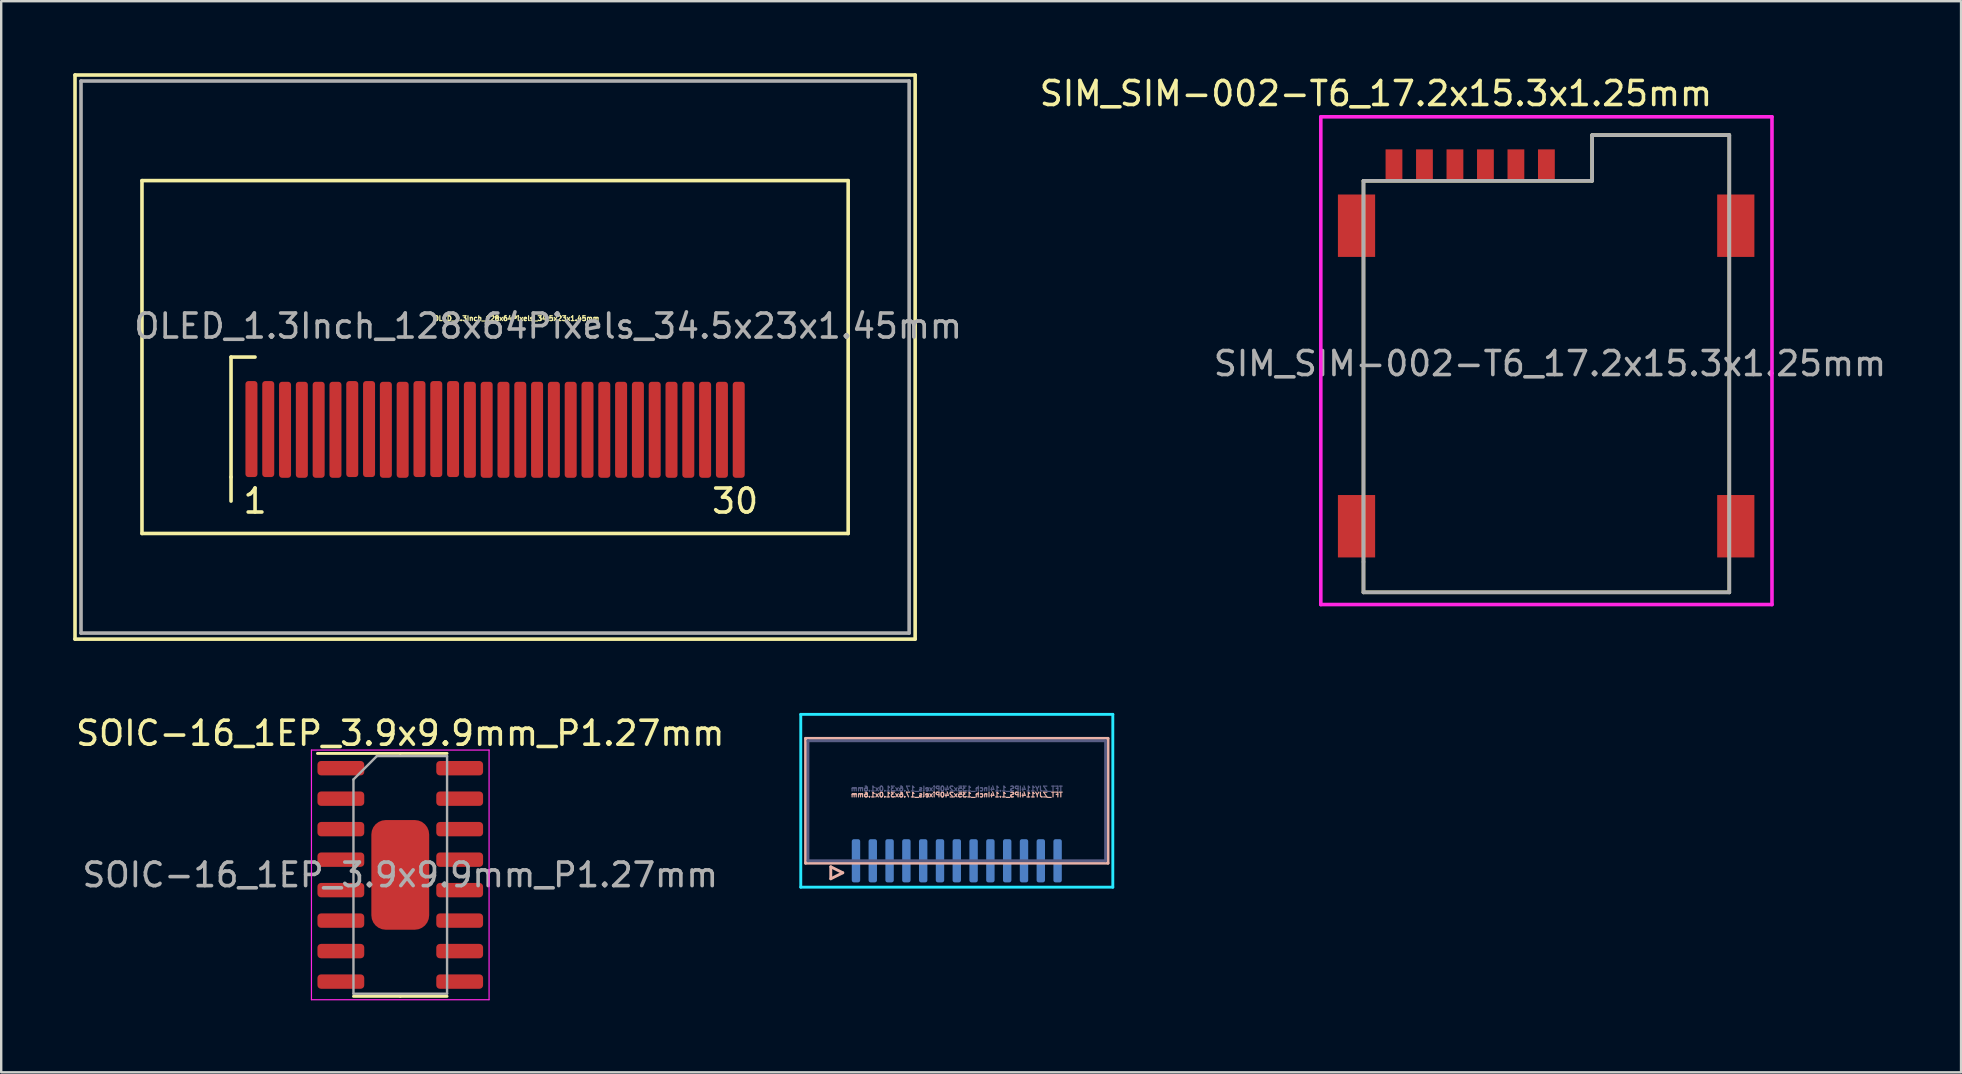
<source format=kicad_pcb>
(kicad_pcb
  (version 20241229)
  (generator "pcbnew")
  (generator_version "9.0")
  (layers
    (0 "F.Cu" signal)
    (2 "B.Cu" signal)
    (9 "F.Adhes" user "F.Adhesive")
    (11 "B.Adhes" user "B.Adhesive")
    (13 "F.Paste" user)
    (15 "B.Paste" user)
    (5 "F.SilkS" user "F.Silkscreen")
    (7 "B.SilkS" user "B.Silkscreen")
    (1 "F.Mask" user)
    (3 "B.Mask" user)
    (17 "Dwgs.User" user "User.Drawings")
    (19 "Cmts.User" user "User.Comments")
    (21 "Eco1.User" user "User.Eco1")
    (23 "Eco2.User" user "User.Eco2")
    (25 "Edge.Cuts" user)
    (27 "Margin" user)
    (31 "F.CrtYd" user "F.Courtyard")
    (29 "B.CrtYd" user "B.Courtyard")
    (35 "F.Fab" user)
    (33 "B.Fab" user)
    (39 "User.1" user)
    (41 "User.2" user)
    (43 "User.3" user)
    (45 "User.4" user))
  (footprint "OLED_1.3Inch_128x64Pixels_34.5x23x1.45mm"
    (layer "F.Cu")
    (at 17.575 11.825)
    (property "Reference" "OLED_1.3Inch_128x64Pixels_34.5x23x1.45mm" (at 0.89 -1.61 0) (layer "F.SilkS") (effects (font (size 0.2 0.2) (thickness 0.05))))
    (attr smd)
    (fp_line (start -17.5 -11.75) (end -17.5 11.75) (stroke (width 0.15) (type solid)) (layer "F.SilkS"))
    (fp_line (start -17.5 -11.75) (end 17.5 -11.75) (stroke (width 0.15) (type solid)) (layer "F.SilkS"))
    (fp_line (start -17.5 11.75) (end 17.5 11.75) (stroke (width 0.15) (type solid)) (layer "F.SilkS"))
    (fp_line (start -14.71 -7.35) (end -14.71 7.35) (stroke (width 0.15) (type solid)) (layer "F.SilkS"))
    (fp_line (start -14.71 -7.35) (end 14.71 -7.35) (stroke (width 0.15) (type solid)) (layer "F.SilkS"))
    (fp_line (start -14.71 7.35) (end 14.71 7.35) (stroke (width 0.15) (type solid)) (layer "F.SilkS"))
    (fp_line (start -11 0) (end -10 0) (stroke (width 0.15) (type solid)) (layer "F.SilkS"))
    (fp_line (start -11 5) (end -11 0) (stroke (width 0.15) (type solid)) (layer "F.SilkS"))
    (fp_line (start -11 5) (end -11 6) (stroke (width 0.15) (type solid)) (layer "F.SilkS"))
    (fp_line (start 14.71 -7.35) (end 14.71 7.35) (stroke (width 0.15) (type solid)) (layer "F.SilkS"))
    (fp_line (start 17.5 -11.75) (end 17.5 11.75) (stroke (width 0.15) (type solid)) (layer "F.SilkS"))
    (fp_line (start -17.25 -11.5) (end -17.25 11.5) (stroke (width 0.15) (type solid)) (layer "F.Fab"))
    (fp_line (start -17.25 -11.5) (end 17.25 -11.5) (stroke (width 0.15) (type solid)) (layer "F.Fab"))
    (fp_line (start -17.25 11.5) (end 17.25 11.5) (stroke (width 0.15) (type solid)) (layer "F.Fab"))
    (fp_line (start 17.25 -11.5) (end 17.25 11.5) (stroke (width 0.15) (type solid)) (layer "F.Fab"))
    (fp_text user "30" (at 10 6 0) (layer "F.SilkS") (effects (font (size 1 1) (thickness 0.15))))
    (fp_text user "1" (at -10 6 0) (layer "F.SilkS") (effects (font (size 1 1) (thickness 0.15))))
    (fp_text user "${REFERENCE}" (at 2.21 -1.29 0) (layer "F.Fab") (effects (font (size 1 1) (thickness 0.15))))
    (pad "1" smd roundrect (at -10.15 3) (size 0.5 4) (layers "F.Cu" "F.Mask" "F.Paste") (roundrect_rratio 0.25))
    (pad "2" smd roundrect (at -9.45 3) (size 0.5 4) (layers "F.Cu" "F.Mask" "F.Paste") (roundrect_rratio 0.25))
    (pad "3" smd roundrect (at -8.75 3.03) (size 0.5 4) (layers "F.Cu" "F.Mask" "F.Paste") (roundrect_rratio 0.25))
    (pad "4" smd roundrect (at -8.05 3.03) (size 0.5 4) (layers "F.Cu" "F.Mask" "F.Paste") (roundrect_rratio 0.25))
    (pad "5" smd roundrect (at -7.35 3.03) (size 0.5 4) (layers "F.Cu" "F.Mask" "F.Paste") (roundrect_rratio 0.25))
    (pad "6" smd roundrect (at -6.65 3.03) (size 0.5 4) (layers "F.Cu" "F.Mask" "F.Paste") (roundrect_rratio 0.25))
    (pad "7" smd roundrect (at -5.95 3) (size 0.5 4) (layers "F.Cu" "F.Mask" "F.Paste") (roundrect_rratio 0.25))
    (pad "8" smd roundrect (at -5.25 3) (size 0.5 4) (layers "F.Cu" "F.Mask" "F.Paste") (roundrect_rratio 0.25))
    (pad "9" smd roundrect (at -4.55 3.03) (size 0.5 4) (layers "F.Cu" "F.Mask" "F.Paste") (roundrect_rratio 0.25))
    (pad "10" smd roundrect (at -3.85 3.03) (size 0.5 4) (layers "F.Cu" "F.Mask" "F.Paste") (roundrect_rratio 0.25))
    (pad "11" smd roundrect (at -3.15 3) (size 0.5 4) (layers "F.Cu" "F.Mask" "F.Paste") (roundrect_rratio 0.25))
    (pad "12" smd roundrect (at -2.45 3) (size 0.5 4) (layers "F.Cu" "F.Mask" "F.Paste") (roundrect_rratio 0.25))
    (pad "13" smd roundrect (at -1.75 3) (size 0.5 4) (layers "F.Cu" "F.Mask" "F.Paste") (roundrect_rratio 0.25))
    (pad "14" smd roundrect (at -1.05 3.03) (size 0.5 4) (layers "F.Cu" "F.Mask" "F.Paste") (roundrect_rratio 0.25))
    (pad "15" smd roundrect (at -0.35 3.03) (size 0.5 4) (layers "F.Cu" "F.Mask" "F.Paste") (roundrect_rratio 0.25))
    (pad "16" smd roundrect (at 0.35 3.03) (size 0.5 4) (layers "F.Cu" "F.Mask" "F.Paste") (roundrect_rratio 0.25))
    (pad "17" smd roundrect (at 1.05 3.03) (size 0.5 4) (layers "F.Cu" "F.Mask" "F.Paste") (roundrect_rratio 0.25))
    (pad "18" smd roundrect (at 1.75 3.03) (size 0.5 4) (layers "F.Cu" "F.Mask" "F.Paste") (roundrect_rratio 0.25))
    (pad "19" smd roundrect (at 2.45 3.03) (size 0.5 4) (layers "F.Cu" "F.Mask" "F.Paste") (roundrect_rratio 0.25))
    (pad "20" smd roundrect (at 3.15 3.03) (size 0.5 4) (layers "F.Cu" "F.Mask" "F.Paste") (roundrect_rratio 0.25))
    (pad "21" smd roundrect (at 3.85 3.03) (size 0.5 4) (layers "F.Cu" "F.Mask" "F.Paste") (roundrect_rratio 0.25))
    (pad "22" smd roundrect (at 4.55 3.03) (size 0.5 4) (layers "F.Cu" "F.Mask" "F.Paste") (roundrect_rratio 0.25))
    (pad "23" smd roundrect (at 5.25 3.03) (size 0.5 4) (layers "F.Cu" "F.Mask" "F.Paste") (roundrect_rratio 0.25))
    (pad "24" smd roundrect (at 5.95 3.03) (size 0.5 4) (layers "F.Cu" "F.Mask" "F.Paste") (roundrect_rratio 0.25))
    (pad "25" smd roundrect (at 6.65 3.03) (size 0.5 4) (layers "F.Cu" "F.Mask" "F.Paste") (roundrect_rratio 0.25))
    (pad "26" smd roundrect (at 7.35 3.03) (size 0.5 4) (layers "F.Cu" "F.Mask" "F.Paste") (roundrect_rratio 0.25))
    (pad "27" smd roundrect (at 8.05 3.03) (size 0.5 4) (layers "F.Cu" "F.Mask" "F.Paste") (roundrect_rratio 0.25))
    (pad "28" smd roundrect (at 8.75 3.03) (size 0.5 4) (layers "F.Cu" "F.Mask" "F.Paste") (roundrect_rratio 0.25))
    (pad "29" smd roundrect (at 9.45 3.03) (size 0.5 4) (layers "F.Cu" "F.Mask" "F.Paste") (roundrect_rratio 0.25))
    (pad "30" smd roundrect (at 10.15 3.03) (size 0.5 4) (layers "F.Cu" "F.Mask" "F.Paste") (roundrect_rratio 0.25)))
  (footprint "TFT_ZJY114IPS_1.14Inch_135x240Pixels_17.6x31.0x1.6mm"
    (layer "F.Cu")
    (at 36.81 30.31)
    (property "Reference" "TFT_ZJY114IPS_1.14Inch_135x240Pixels_17.6x31.0x1.6mm" (at 0 -0.25 180) (layer "B.SilkS") (effects (font (size 0.2 0.2) (thickness 0.05)) (justify mirror)))
    (attr smd)
    (fp_line (start -6.3 -2.6) (end -6.3 2.6) (stroke (width 0.12) (type solid)) (layer "B.SilkS"))
    (fp_line (start -6.3 2.6) (end 6.3 2.6) (stroke (width 0.12) (type solid)) (layer "B.SilkS"))
    (fp_line (start -5.25 2.75) (end -5.25 3.25) (stroke (width 0.12) (type solid)) (layer "B.SilkS"))
    (fp_line (start -5.25 3.25) (end -4.75 3) (stroke (width 0.12) (type solid)) (layer "B.SilkS"))
    (fp_line (start -4.75 3) (end -5.25 2.75) (stroke (width 0.12) (type solid)) (layer "B.SilkS"))
    (fp_line (start 6.3 -2.6) (end -6.3 -2.6) (stroke (width 0.12) (type solid)) (layer "B.SilkS"))
    (fp_line (start 6.3 2.6) (end 6.3 -2.6) (stroke (width 0.12) (type solid)) (layer "B.SilkS"))
    (fp_line (start -6.5 3.6) (end -6.5 -3.6) (stroke (width 0.12) (type solid)) (layer "B.CrtYd"))
    (fp_line (start 6.5 -3.6) (end -6.5 -3.6) (stroke (width 0.12) (type solid)) (layer "B.CrtYd"))
    (fp_line (start 6.5 3.6) (end -6.5 3.6) (stroke (width 0.12) (type solid)) (layer "B.CrtYd"))
    (fp_line (start 6.5 3.6) (end 6.5 -3.6) (stroke (width 0.12) (type solid)) (layer "B.CrtYd"))
    (fp_line (start -6.2 -2.5) (end 6.2 -2.5) (stroke (width 0.12) (type solid)) (layer "B.Fab"))
    (fp_line (start -6.2 2.5) (end -6.2 -2.5) (stroke (width 0.12) (type solid)) (layer "B.Fab"))
    (fp_line (start 6.2 -2.5) (end 6.2 2.5) (stroke (width 0.12) (type solid)) (layer "B.Fab"))
    (fp_line (start 6.2 2.5) (end -6.2 2.5) (stroke (width 0.12) (type solid)) (layer "B.Fab"))
    (fp_text user "${REFERENCE}" (at 0 -0.5 180) (layer "B.Fab") (effects (font (size 0.2 0.2) (thickness 0.05)) (justify mirror)))
    (pad "1" smd roundrect (at -4.2 2.5 90) (size 1.8 0.35) (layers "B.Cu" "B.Mask" "B.Paste") (roundrect_rratio 0.25))
    (pad "2" smd roundrect (at -3.5 2.5 90) (size 1.8 0.35) (layers "B.Cu" "B.Mask" "B.Paste") (roundrect_rratio 0.25))
    (pad "3" smd roundrect (at -2.8 2.5 90) (size 1.8 0.35) (layers "B.Cu" "B.Mask" "B.Paste") (roundrect_rratio 0.25))
    (pad "4" smd roundrect (at -2.1 2.5 90) (size 1.8 0.35) (layers "B.Cu" "B.Mask" "B.Paste") (roundrect_rratio 0.25))
    (pad "5" smd roundrect (at -1.4 2.5 90) (size 1.8 0.35) (layers "B.Cu" "B.Mask" "B.Paste") (roundrect_rratio 0.25))
    (pad "6" smd roundrect (at -0.7 2.5 90) (size 1.8 0.35) (layers "B.Cu" "B.Mask" "B.Paste") (roundrect_rratio 0.25))
    (pad "7" smd roundrect (at 0 2.5 90) (size 1.8 0.35) (layers "B.Cu" "B.Mask" "B.Paste") (roundrect_rratio 0.25))
    (pad "8" smd roundrect (at 0.7 2.5 90) (size 1.8 0.35) (layers "B.Cu" "B.Mask" "B.Paste") (roundrect_rratio 0.25))
    (pad "9" smd roundrect (at 1.4 2.5 90) (size 1.8 0.35) (layers "B.Cu" "B.Mask" "B.Paste") (roundrect_rratio 0.25))
    (pad "10" smd roundrect (at 2.1 2.5 90) (size 1.8 0.35) (layers "B.Cu" "B.Mask" "B.Paste") (roundrect_rratio 0.25))
    (pad "11" smd roundrect (at 2.8 2.5 90) (size 1.8 0.35) (layers "B.Cu" "B.Mask" "B.Paste") (roundrect_rratio 0.25))
    (pad "12" smd roundrect (at 3.5 2.5 90) (size 1.8 0.35) (layers "B.Cu" "B.Mask" "B.Paste") (roundrect_rratio 0.25))
    (pad "13" smd roundrect (at 4.2 2.5 90) (size 1.8 0.35) (layers "B.Cu" "B.Mask" "B.Paste") (roundrect_rratio 0.25)))
  (footprint "SIM_SIM-002-T6_17.2x15.3x1.25mm"
    (layer "F.Cu")
    (at 61.273 12.098)
    (property "Reference" "SIM_SIM-002-T6_17.2x15.3x1.25mm" (at -7 -11.25 0) (layer "F.SilkS") (effects (font (size 1 1) (thickness 0.15))))
    (attr smd)
    (fp_line (start -7.52 -7.615) (end 2.005 -7.615) (stroke (width 0.15) (type solid)) (layer "F.SilkS"))
    (fp_line (start -7.52 9.53) (end -7.52 -7.615) (stroke (width 0.15) (type solid)) (layer "F.SilkS"))
    (fp_line (start 2.005 -9.52) (end 7.72 -9.52) (stroke (width 0.15) (type solid)) (layer "F.SilkS"))
    (fp_line (start 2.005 -7.615) (end 2.005 -9.52) (stroke (width 0.15) (type solid)) (layer "F.SilkS"))
    (fp_line (start 7.72 -9.52) (end 7.72 9.53) (stroke (width 0.15) (type solid)) (layer "F.SilkS"))
    (fp_line (start 7.72 9.53) (end -7.52 9.53) (stroke (width 0.15) (type solid)) (layer "F.SilkS"))
    (fp_line (start -9.298 -10.282) (end -9.298 10.038) (stroke (width 0.15) (type solid)) (layer "F.CrtYd"))
    (fp_line (start -9.298 10.038) (end 9.498 10.038) (stroke (width 0.15) (type solid)) (layer "F.CrtYd"))
    (fp_line (start 9.498 -10.282) (end -9.298 -10.282) (stroke (width 0.15) (type solid)) (layer "F.CrtYd"))
    (fp_line (start 9.498 10.038) (end 9.498 -10.282) (stroke (width 0.15) (type solid)) (layer "F.CrtYd"))
    (fp_line (start -7.52 -7.615) (end 2.005 -7.615) (stroke (width 0.15) (type solid)) (layer "F.Fab"))
    (fp_line (start -7.52 8.26) (end -7.52 -7.615) (stroke (width 0.15) (type solid)) (layer "F.Fab"))
    (fp_line (start -7.52 9.53) (end -7.52 8.26) (stroke (width 0.15) (type solid)) (layer "F.Fab"))
    (fp_line (start 2.005 -9.52) (end 7.72 -9.52) (stroke (width 0.15) (type solid)) (layer "F.Fab"))
    (fp_line (start 2.005 -7.615) (end 2.005 -9.52) (stroke (width 0.15) (type solid)) (layer "F.Fab"))
    (fp_line (start 7.72 -9.52) (end 7.72 9.53) (stroke (width 0.15) (type solid)) (layer "F.Fab"))
    (fp_line (start 7.72 9.53) (end -7.52 9.53) (stroke (width 0.15) (type solid)) (layer "F.Fab"))
    (fp_text user "${REFERENCE}" (at 0.25 0 180) (layer "F.Fab") (effects (font (size 1 1) (thickness 0.15))))
    (pad "C1" smd rect (at -4.98 -8.25) (size 0.7 1.35) (layers "F.Cu" "F.Mask" "F.Paste"))
    (pad "C2" smd rect (at -2.44 -8.25) (size 0.7 1.35) (layers "F.Cu" "F.Mask" "F.Paste"))
    (pad "C3" smd rect (at 0.1 -8.25) (size 0.7 1.35) (layers "F.Cu" "F.Mask" "F.Paste"))
    (pad "C5" smd rect (at -6.25 -8.25) (size 0.7 1.35) (layers "F.Cu" "F.Mask" "F.Paste"))
    (pad "C6" smd rect (at -3.71 -8.25) (size 0.7 1.35) (layers "F.Cu" "F.Mask" "F.Paste"))
    (pad "C7" smd rect (at -1.17 -8.25) (size 0.7 1.35) (layers "F.Cu" "F.Mask" "F.Paste"))
    (pad "GND" smd rect (at -7.81 -5.745) (size 1.55 2.6) (layers "F.Cu" "F.Mask" "F.Paste"))
    (pad "GND" smd rect (at -7.81 6.775) (size 1.55 2.6) (layers "F.Cu" "F.Mask" "F.Paste"))
    (pad "GND" smd rect (at 7.99 -5.745) (size 1.55 2.6) (layers "F.Cu" "F.Mask" "F.Paste"))
    (pad "GND" smd rect (at 7.99 6.775) (size 1.55 2.6) (layers "F.Cu" "F.Mask" "F.Paste")))
  (footprint "SOIC-16_1EP_3.9x9.9mm_P1.27mm"
    (layer "F.Cu")
    (at 13.625 33.398)
    (property "Reference" "SOIC-16_1EP_3.9x9.9mm_P1.27mm" (at 0 -5.9 0) (layer "F.SilkS") (effects (font (size 1 1) (thickness 0.15))))
    (attr smd)
    (fp_line (start 0 -5.06) (end -3.45 -5.06) (stroke (width 0.12) (type solid)) (layer "F.SilkS"))
    (fp_line (start 0 -5.06) (end 1.95 -5.06) (stroke (width 0.12) (type solid)) (layer "F.SilkS"))
    (fp_line (start 0 5.06) (end -1.95 5.06) (stroke (width 0.12) (type solid)) (layer "F.SilkS"))
    (fp_line (start 0 5.06) (end 1.95 5.06) (stroke (width 0.12) (type solid)) (layer "F.SilkS"))
    (fp_line (start -3.7 -5.2) (end -3.7 5.2) (stroke (width 0.05) (type solid)) (layer "F.CrtYd"))
    (fp_line (start -3.7 5.2) (end 3.7 5.2) (stroke (width 0.05) (type solid)) (layer "F.CrtYd"))
    (fp_line (start 3.7 -5.2) (end -3.7 -5.2) (stroke (width 0.05) (type solid)) (layer "F.CrtYd"))
    (fp_line (start 3.7 5.2) (end 3.7 -5.2) (stroke (width 0.05) (type solid)) (layer "F.CrtYd"))
    (fp_line (start -1.95 -3.975) (end -0.975 -4.95) (stroke (width 0.1) (type solid)) (layer "F.Fab"))
    (fp_line (start -1.95 4.95) (end -1.95 -3.975) (stroke (width 0.1) (type solid)) (layer "F.Fab"))
    (fp_line (start -0.975 -4.95) (end 1.95 -4.95) (stroke (width 0.1) (type solid)) (layer "F.Fab"))
    (fp_line (start 1.95 -4.95) (end 1.95 4.95) (stroke (width 0.1) (type solid)) (layer "F.Fab"))
    (fp_line (start 1.95 4.95) (end -1.95 4.95) (stroke (width 0.1) (type solid)) (layer "F.Fab"))
    (fp_text user "${REFERENCE}" (at 0 0 0) (layer "F.Fab") (effects (font (size 0.98 0.98) (thickness 0.15))))
    (pad "1" smd roundrect (at -2.475 -4.445) (size 1.95 0.6) (layers "F.Cu" "F.Mask" "F.Paste") (roundrect_rratio 0.25))
    (pad "2" smd roundrect (at -2.475 -3.175) (size 1.95 0.6) (layers "F.Cu" "F.Mask" "F.Paste") (roundrect_rratio 0.25))
    (pad "3" smd roundrect (at -2.475 -1.905) (size 1.95 0.6) (layers "F.Cu" "F.Mask" "F.Paste") (roundrect_rratio 0.25))
    (pad "4" smd roundrect (at -2.475 -0.635) (size 1.95 0.6) (layers "F.Cu" "F.Mask" "F.Paste") (roundrect_rratio 0.25))
    (pad "5" smd roundrect (at -2.475 0.635) (size 1.95 0.6) (layers "F.Cu" "F.Mask" "F.Paste") (roundrect_rratio 0.25))
    (pad "6" smd roundrect (at -2.475 1.905) (size 1.95 0.6) (layers "F.Cu" "F.Mask" "F.Paste") (roundrect_rratio 0.25))
    (pad "7" smd roundrect (at -2.475 3.175) (size 1.95 0.6) (layers "F.Cu" "F.Mask" "F.Paste") (roundrect_rratio 0.25))
    (pad "8" smd roundrect (at -2.475 4.445) (size 1.95 0.6) (layers "F.Cu" "F.Mask" "F.Paste") (roundrect_rratio 0.25))
    (pad "9" smd roundrect (at 2.475 4.445) (size 1.95 0.6) (layers "F.Cu" "F.Mask" "F.Paste") (roundrect_rratio 0.25))
    (pad "10" smd roundrect (at 2.475 3.175) (size 1.95 0.6) (layers "F.Cu" "F.Mask" "F.Paste") (roundrect_rratio 0.25))
    (pad "11" smd roundrect (at 2.475 1.905) (size 1.95 0.6) (layers "F.Cu" "F.Mask" "F.Paste") (roundrect_rratio 0.25))
    (pad "12" smd roundrect (at 2.475 0.635) (size 1.95 0.6) (layers "F.Cu" "F.Mask" "F.Paste") (roundrect_rratio 0.25))
    (pad "13" smd roundrect (at 2.475 -0.635) (size 1.95 0.6) (layers "F.Cu" "F.Mask" "F.Paste") (roundrect_rratio 0.25))
    (pad "14" smd roundrect (at 2.475 -1.905) (size 1.95 0.6) (layers "F.Cu" "F.Mask" "F.Paste") (roundrect_rratio 0.25))
    (pad "15" smd roundrect (at 2.475 -3.175) (size 1.95 0.6) (layers "F.Cu" "F.Mask" "F.Paste") (roundrect_rratio 0.25))
    (pad "16" smd roundrect (at 2.475 -4.445) (size 1.95 0.6) (layers "F.Cu" "F.Mask" "F.Paste") (roundrect_rratio 0.25))
    (pad "EP" smd roundrect (at 0 0 90) (size 4.57 2.41) (layers "F.Cu" "F.Mask" "F.Paste") (roundrect_rratio 0.25)))
  (gr_rect
    (start -3 -3)
    (end 78.648 41.623)
    (stroke (width 0.1) (type default))
    (fill no)
    (layer "Edge.Cuts")))
</source>
